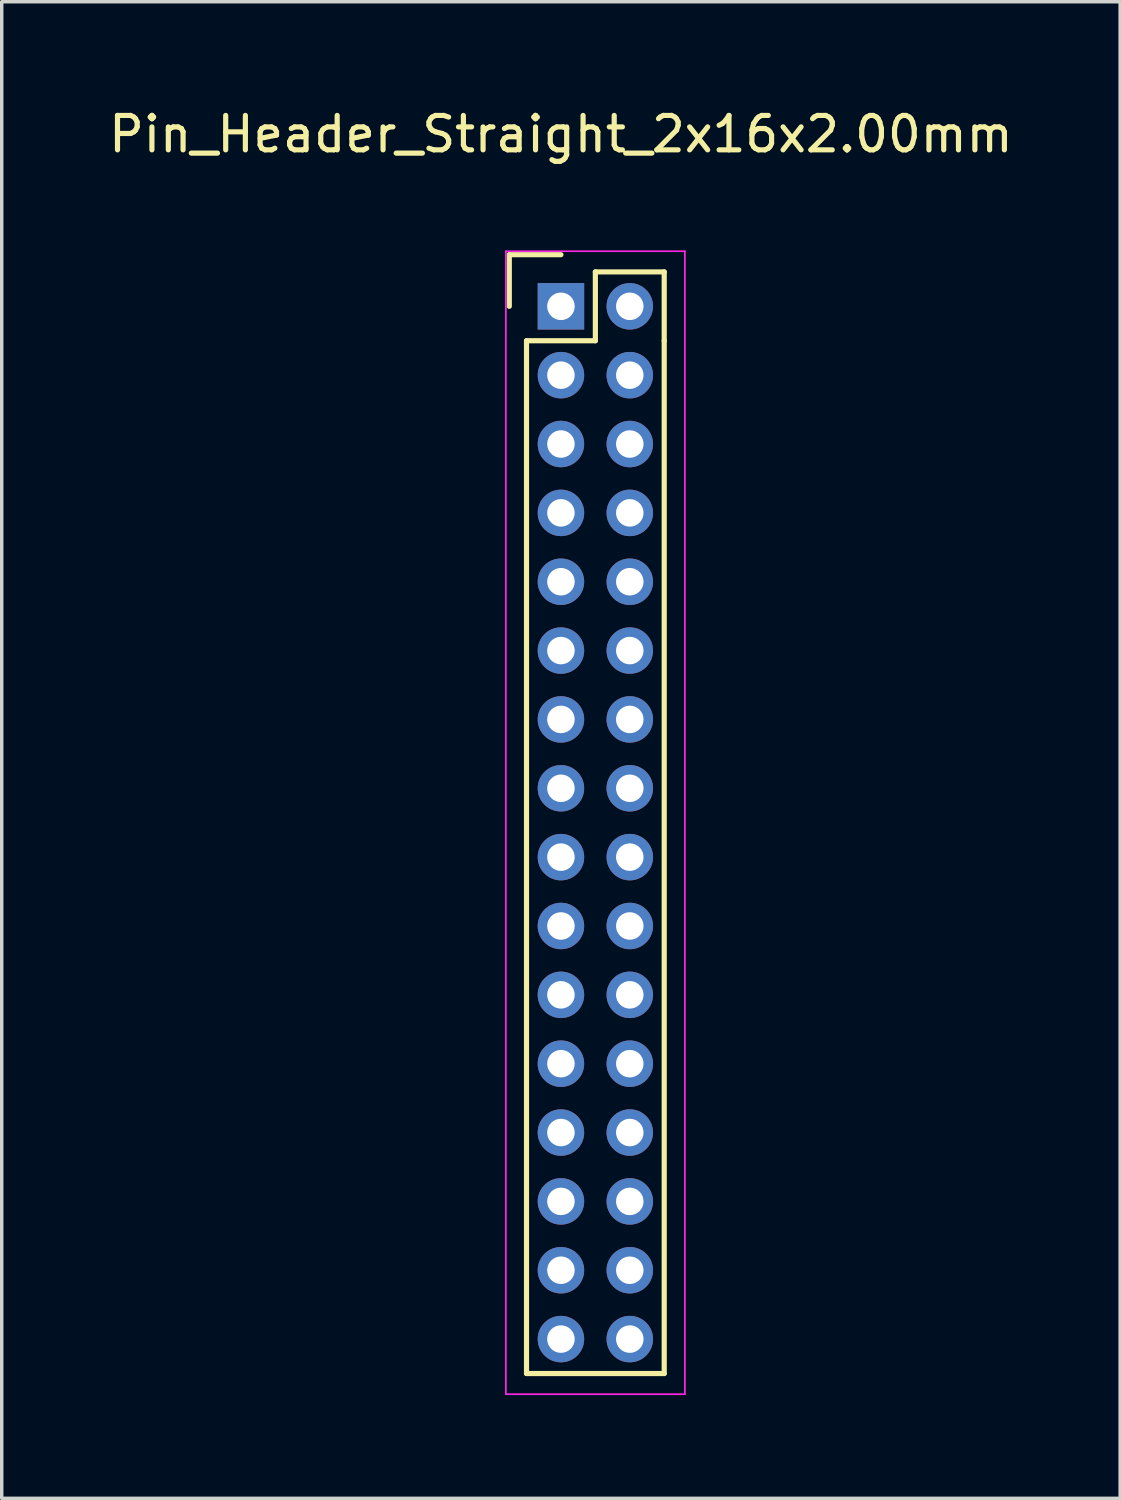
<source format=kicad_pcb>
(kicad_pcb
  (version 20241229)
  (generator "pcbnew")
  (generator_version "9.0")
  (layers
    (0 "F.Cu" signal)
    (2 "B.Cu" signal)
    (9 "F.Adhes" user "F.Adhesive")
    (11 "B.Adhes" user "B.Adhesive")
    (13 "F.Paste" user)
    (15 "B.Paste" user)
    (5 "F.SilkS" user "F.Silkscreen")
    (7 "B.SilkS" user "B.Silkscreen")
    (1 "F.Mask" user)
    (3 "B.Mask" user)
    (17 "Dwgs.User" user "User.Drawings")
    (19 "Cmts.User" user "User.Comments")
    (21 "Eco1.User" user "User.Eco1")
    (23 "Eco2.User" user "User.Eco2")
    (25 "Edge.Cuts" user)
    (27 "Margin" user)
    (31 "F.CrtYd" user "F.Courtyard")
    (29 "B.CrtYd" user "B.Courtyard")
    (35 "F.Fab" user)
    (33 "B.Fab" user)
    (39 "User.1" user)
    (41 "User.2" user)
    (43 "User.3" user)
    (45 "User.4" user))
  (footprint "Pin_Header_Straight_2x16x2.00mm"
    (layer "F.Cu")
    (at 13.244 5.848)
    (property "Reference" "Pin_Header_Straight_2x16x2.00mm" (at 0 -5 0) (layer "F.SilkS") (effects (font (size 1 1) (thickness 0.15))))
    (attr through_hole)
    (fp_line (start -1.5 -1.5) (end 0 -1.5) (stroke (width 0.15) (type solid)) (layer "F.SilkS"))
    (fp_line (start -1.5 0) (end -1.5 -1.5) (stroke (width 0.15) (type solid)) (layer "F.SilkS"))
    (fp_line (start -1 1) (end 1 1) (stroke (width 0.15) (type solid)) (layer "F.SilkS"))
    (fp_line (start -1 31) (end -1 1) (stroke (width 0.15) (type solid)) (layer "F.SilkS"))
    (fp_line (start 1 -1) (end 3 -1) (stroke (width 0.15) (type solid)) (layer "F.SilkS"))
    (fp_line (start 1 1) (end 1 -1) (stroke (width 0.15) (type solid)) (layer "F.SilkS"))
    (fp_line (start 3 -1) (end 3 1) (stroke (width 0.15) (type solid)) (layer "F.SilkS"))
    (fp_line (start 3 1) (end 3 31) (stroke (width 0.15) (type solid)) (layer "F.SilkS"))
    (fp_line (start 3 31) (end -1 31) (stroke (width 0.15) (type solid)) (layer "F.SilkS"))
    (fp_line (start -1.6 -1.6) (end 3.6 -1.6) (stroke (width 0.05) (type solid)) (layer "F.CrtYd"))
    (fp_line (start -1.6 31.6) (end -1.6 -1.6) (stroke (width 0.05) (type solid)) (layer "F.CrtYd"))
    (fp_line (start 3.6 -1.6) (end 3.6 31.6) (stroke (width 0.05) (type solid)) (layer "F.CrtYd"))
    (fp_line (start 3.6 31.6) (end -1.6 31.6) (stroke (width 0.05) (type solid)) (layer "F.CrtYd"))
    (pad "1" thru_hole rect (at 0 0) (size 1.35 1.35) (drill 0.8) (layers "*.Cu" "*.Mask"))
    (pad "2" thru_hole circle (at 2 0) (size 1.35 1.35) (drill 0.8) (layers "*.Cu" "*.Mask"))
    (pad "3" thru_hole circle (at 0 2) (size 1.35 1.35) (drill 0.8) (layers "*.Cu" "*.Mask"))
    (pad "4" thru_hole circle (at 2 2) (size 1.35 1.35) (drill 0.8) (layers "*.Cu" "*.Mask"))
    (pad "5" thru_hole circle (at 0 4) (size 1.35 1.35) (drill 0.8) (layers "*.Cu" "*.Mask"))
    (pad "6" thru_hole circle (at 2 4) (size 1.35 1.35) (drill 0.8) (layers "*.Cu" "*.Mask"))
    (pad "7" thru_hole circle (at 0 6) (size 1.35 1.35) (drill 0.8) (layers "*.Cu" "*.Mask"))
    (pad "8" thru_hole circle (at 2 6) (size 1.35 1.35) (drill 0.8) (layers "*.Cu" "*.Mask"))
    (pad "9" thru_hole circle (at 0 8) (size 1.35 1.35) (drill 0.8) (layers "*.Cu" "*.Mask"))
    (pad "10" thru_hole circle (at 2 8) (size 1.35 1.35) (drill 0.8) (layers "*.Cu" "*.Mask"))
    (pad "11" thru_hole circle (at 0 10) (size 1.35 1.35) (drill 0.8) (layers "*.Cu" "*.Mask"))
    (pad "12" thru_hole circle (at 2 10) (size 1.35 1.35) (drill 0.8) (layers "*.Cu" "*.Mask"))
    (pad "13" thru_hole circle (at 0 12) (size 1.35 1.35) (drill 0.8) (layers "*.Cu" "*.Mask"))
    (pad "14" thru_hole circle (at 2 12) (size 1.35 1.35) (drill 0.8) (layers "*.Cu" "*.Mask"))
    (pad "15" thru_hole circle (at 0 14) (size 1.35 1.35) (drill 0.8) (layers "*.Cu" "*.Mask"))
    (pad "16" thru_hole circle (at 2 14) (size 1.35 1.35) (drill 0.8) (layers "*.Cu" "*.Mask"))
    (pad "17" thru_hole circle (at 0 16) (size 1.35 1.35) (drill 0.8) (layers "*.Cu" "*.Mask"))
    (pad "18" thru_hole circle (at 2 16) (size 1.35 1.35) (drill 0.8) (layers "*.Cu" "*.Mask"))
    (pad "19" thru_hole circle (at 0 18) (size 1.35 1.35) (drill 0.8) (layers "*.Cu" "*.Mask"))
    (pad "20" thru_hole circle (at 2 18) (size 1.35 1.35) (drill 0.8) (layers "*.Cu" "*.Mask"))
    (pad "21" thru_hole circle (at 0 20) (size 1.35 1.35) (drill 0.8) (layers "*.Cu" "*.Mask"))
    (pad "22" thru_hole circle (at 2 20) (size 1.35 1.35) (drill 0.8) (layers "*.Cu" "*.Mask"))
    (pad "23" thru_hole circle (at 0 22) (size 1.35 1.35) (drill 0.8) (layers "*.Cu" "*.Mask"))
    (pad "24" thru_hole circle (at 2 22) (size 1.35 1.35) (drill 0.8) (layers "*.Cu" "*.Mask"))
    (pad "25" thru_hole circle (at 0 24) (size 1.35 1.35) (drill 0.8) (layers "*.Cu" "*.Mask"))
    (pad "26" thru_hole circle (at 2 24) (size 1.35 1.35) (drill 0.8) (layers "*.Cu" "*.Mask"))
    (pad "27" thru_hole circle (at 0 26) (size 1.35 1.35) (drill 0.8) (layers "*.Cu" "*.Mask"))
    (pad "28" thru_hole circle (at 2 26) (size 1.35 1.35) (drill 0.8) (layers "*.Cu" "*.Mask"))
    (pad "29" thru_hole circle (at 0 28) (size 1.35 1.35) (drill 0.8) (layers "*.Cu" "*.Mask"))
    (pad "30" thru_hole circle (at 2 28) (size 1.35 1.35) (drill 0.8) (layers "*.Cu" "*.Mask"))
    (pad "31" thru_hole circle (at 0 30) (size 1.35 1.35) (drill 0.8) (layers "*.Cu" "*.Mask"))
    (pad "32" thru_hole circle (at 2 30) (size 1.35 1.35) (drill 0.8) (layers "*.Cu" "*.Mask")))
  (gr_rect
    (start -3 -3)
    (end 29.488 40.473)
    (stroke (width 0.1) (type default))
    (fill no)
    (layer "Edge.Cuts")))
</source>
